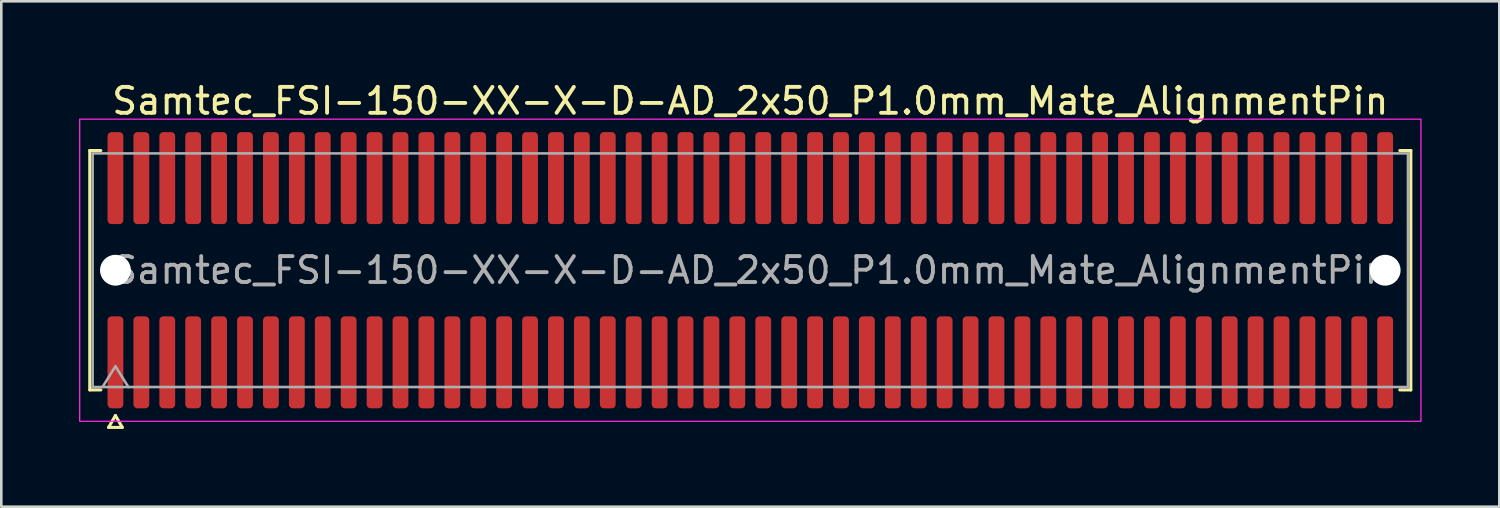
<source format=kicad_pcb>
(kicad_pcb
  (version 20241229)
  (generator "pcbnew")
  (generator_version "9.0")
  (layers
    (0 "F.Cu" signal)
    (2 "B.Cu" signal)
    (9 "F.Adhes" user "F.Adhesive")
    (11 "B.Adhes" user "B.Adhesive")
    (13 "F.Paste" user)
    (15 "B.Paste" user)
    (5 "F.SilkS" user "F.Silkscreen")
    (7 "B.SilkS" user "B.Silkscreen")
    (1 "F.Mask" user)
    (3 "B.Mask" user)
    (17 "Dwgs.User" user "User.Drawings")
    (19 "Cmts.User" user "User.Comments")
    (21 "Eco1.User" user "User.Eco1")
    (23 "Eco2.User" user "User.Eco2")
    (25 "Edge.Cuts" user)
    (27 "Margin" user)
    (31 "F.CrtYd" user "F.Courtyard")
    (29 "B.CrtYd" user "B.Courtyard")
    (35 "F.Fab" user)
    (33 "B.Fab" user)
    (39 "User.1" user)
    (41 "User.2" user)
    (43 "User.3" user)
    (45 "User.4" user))
  (footprint "Samtec_FSI-150-XX-X-D-AD_2x50_P1.0mm_Mate_AlignmentPin"
    (layer "F.Cu")
    (at 25.905 7.378)
    (property "Reference" "Samtec_FSI-150-XX-X-D-AD_2x50_P1.0mm_Mate_AlignmentPin" (at 0 -6.53 0) (layer "F.SilkS") (effects (font (size 1 1) (thickness 0.15))))
    (attr exclude_from_pos_files exclude_from_bom)
    (fp_line (start -25.49 -4.619) (end -25.065 -4.619) (stroke (width 0.12) (type solid)) (layer "F.SilkS"))
    (fp_line (start -25.49 4.619) (end -25.49 -4.619) (stroke (width 0.12) (type solid)) (layer "F.SilkS"))
    (fp_line (start -25.065 4.619) (end -25.49 4.619) (stroke (width 0.12) (type solid)) (layer "F.SilkS"))
    (fp_line (start -24.764 6.066) (end -24.5 5.609) (stroke (width 0.12) (type solid)) (layer "F.SilkS"))
    (fp_line (start -24.5 5.609) (end -24.236 6.066) (stroke (width 0.12) (type solid)) (layer "F.SilkS"))
    (fp_line (start -24.236 6.066) (end -24.764 6.066) (stroke (width 0.12) (type solid)) (layer "F.SilkS"))
    (fp_line (start 25.065 -4.619) (end 25.49 -4.619) (stroke (width 0.12) (type solid)) (layer "F.SilkS"))
    (fp_line (start 25.49 -4.619) (end 25.49 4.619) (stroke (width 0.12) (type solid)) (layer "F.SilkS"))
    (fp_line (start 25.49 4.619) (end 25.065 4.619) (stroke (width 0.12) (type solid)) (layer "F.SilkS"))
    (fp_rect (start -25.88 -5.83) (end 25.88 5.83) (stroke (width 0.05) (type solid)) (fill no) (layer "F.CrtYd"))
    (fp_line (start -25.38 -4.508) (end 25.38 -4.508) (stroke (width 0.1) (type solid)) (layer "F.Fab"))
    (fp_line (start -25.38 4.508) (end -25.38 -4.508) (stroke (width 0.1) (type solid)) (layer "F.Fab"))
    (fp_line (start -25 4.508) (end -24.5 3.708) (stroke (width 0.1) (type solid)) (layer "F.Fab"))
    (fp_line (start -24.5 3.708) (end -24 4.508) (stroke (width 0.1) (type solid)) (layer "F.Fab"))
    (fp_line (start 25.38 -4.508) (end 25.38 4.508) (stroke (width 0.1) (type solid)) (layer "F.Fab"))
    (fp_line (start 25.38 4.508) (end -25.38 4.508) (stroke (width 0.1) (type solid)) (layer "F.Fab"))
    (fp_text user "${REFERENCE}" (at 0 0 0) (layer "F.Fab") (effects (font (size 1 1) (thickness 0.15))))
    (pad "" np_thru_hole circle (at -24.5 0) (size 1.19 1.19) (drill 1.19) (layers "*.Cu" "*.Mask"))
    (pad "" np_thru_hole circle (at 24.5 0) (size 1.19 1.19) (drill 1.19) (layers "*.Cu" "*.Mask"))
    (pad "1" smd roundrect (at -24.5 3.555) (size 0.61 3.55) (layers "F.Cu" "F.Mask") (roundrect_rratio 0.25))
    (pad "2" smd roundrect (at -24.5 -3.555) (size 0.61 3.55) (layers "F.Cu" "F.Mask") (roundrect_rratio 0.25))
    (pad "3" smd roundrect (at -23.5 3.555) (size 0.61 3.55) (layers "F.Cu" "F.Mask") (roundrect_rratio 0.25))
    (pad "4" smd roundrect (at -23.5 -3.555) (size 0.61 3.55) (layers "F.Cu" "F.Mask") (roundrect_rratio 0.25))
    (pad "5" smd roundrect (at -22.5 3.555) (size 0.61 3.55) (layers "F.Cu" "F.Mask") (roundrect_rratio 0.25))
    (pad "6" smd roundrect (at -22.5 -3.555) (size 0.61 3.55) (layers "F.Cu" "F.Mask") (roundrect_rratio 0.25))
    (pad "7" smd roundrect (at -21.5 3.555) (size 0.61 3.55) (layers "F.Cu" "F.Mask") (roundrect_rratio 0.25))
    (pad "8" smd roundrect (at -21.5 -3.555) (size 0.61 3.55) (layers "F.Cu" "F.Mask") (roundrect_rratio 0.25))
    (pad "9" smd roundrect (at -20.5 3.555) (size 0.61 3.55) (layers "F.Cu" "F.Mask") (roundrect_rratio 0.25))
    (pad "10" smd roundrect (at -20.5 -3.555) (size 0.61 3.55) (layers "F.Cu" "F.Mask") (roundrect_rratio 0.25))
    (pad "11" smd roundrect (at -19.5 3.555) (size 0.61 3.55) (layers "F.Cu" "F.Mask") (roundrect_rratio 0.25))
    (pad "12" smd roundrect (at -19.5 -3.555) (size 0.61 3.55) (layers "F.Cu" "F.Mask") (roundrect_rratio 0.25))
    (pad "13" smd roundrect (at -18.5 3.555) (size 0.61 3.55) (layers "F.Cu" "F.Mask") (roundrect_rratio 0.25))
    (pad "14" smd roundrect (at -18.5 -3.555) (size 0.61 3.55) (layers "F.Cu" "F.Mask") (roundrect_rratio 0.25))
    (pad "15" smd roundrect (at -17.5 3.555) (size 0.61 3.55) (layers "F.Cu" "F.Mask") (roundrect_rratio 0.25))
    (pad "16" smd roundrect (at -17.5 -3.555) (size 0.61 3.55) (layers "F.Cu" "F.Mask") (roundrect_rratio 0.25))
    (pad "17" smd roundrect (at -16.5 3.555) (size 0.61 3.55) (layers "F.Cu" "F.Mask") (roundrect_rratio 0.25))
    (pad "18" smd roundrect (at -16.5 -3.555) (size 0.61 3.55) (layers "F.Cu" "F.Mask") (roundrect_rratio 0.25))
    (pad "19" smd roundrect (at -15.5 3.555) (size 0.61 3.55) (layers "F.Cu" "F.Mask") (roundrect_rratio 0.25))
    (pad "20" smd roundrect (at -15.5 -3.555) (size 0.61 3.55) (layers "F.Cu" "F.Mask") (roundrect_rratio 0.25))
    (pad "21" smd roundrect (at -14.5 3.555) (size 0.61 3.55) (layers "F.Cu" "F.Mask") (roundrect_rratio 0.25))
    (pad "22" smd roundrect (at -14.5 -3.555) (size 0.61 3.55) (layers "F.Cu" "F.Mask") (roundrect_rratio 0.25))
    (pad "23" smd roundrect (at -13.5 3.555) (size 0.61 3.55) (layers "F.Cu" "F.Mask") (roundrect_rratio 0.25))
    (pad "24" smd roundrect (at -13.5 -3.555) (size 0.61 3.55) (layers "F.Cu" "F.Mask") (roundrect_rratio 0.25))
    (pad "25" smd roundrect (at -12.5 3.555) (size 0.61 3.55) (layers "F.Cu" "F.Mask") (roundrect_rratio 0.25))
    (pad "26" smd roundrect (at -12.5 -3.555) (size 0.61 3.55) (layers "F.Cu" "F.Mask") (roundrect_rratio 0.25))
    (pad "27" smd roundrect (at -11.5 3.555) (size 0.61 3.55) (layers "F.Cu" "F.Mask") (roundrect_rratio 0.25))
    (pad "28" smd roundrect (at -11.5 -3.555) (size 0.61 3.55) (layers "F.Cu" "F.Mask") (roundrect_rratio 0.25))
    (pad "29" smd roundrect (at -10.5 3.555) (size 0.61 3.55) (layers "F.Cu" "F.Mask") (roundrect_rratio 0.25))
    (pad "30" smd roundrect (at -10.5 -3.555) (size 0.61 3.55) (layers "F.Cu" "F.Mask") (roundrect_rratio 0.25))
    (pad "31" smd roundrect (at -9.5 3.555) (size 0.61 3.55) (layers "F.Cu" "F.Mask") (roundrect_rratio 0.25))
    (pad "32" smd roundrect (at -9.5 -3.555) (size 0.61 3.55) (layers "F.Cu" "F.Mask") (roundrect_rratio 0.25))
    (pad "33" smd roundrect (at -8.5 3.555) (size 0.61 3.55) (layers "F.Cu" "F.Mask") (roundrect_rratio 0.25))
    (pad "34" smd roundrect (at -8.5 -3.555) (size 0.61 3.55) (layers "F.Cu" "F.Mask") (roundrect_rratio 0.25))
    (pad "35" smd roundrect (at -7.5 3.555) (size 0.61 3.55) (layers "F.Cu" "F.Mask") (roundrect_rratio 0.25))
    (pad "36" smd roundrect (at -7.5 -3.555) (size 0.61 3.55) (layers "F.Cu" "F.Mask") (roundrect_rratio 0.25))
    (pad "37" smd roundrect (at -6.5 3.555) (size 0.61 3.55) (layers "F.Cu" "F.Mask") (roundrect_rratio 0.25))
    (pad "38" smd roundrect (at -6.5 -3.555) (size 0.61 3.55) (layers "F.Cu" "F.Mask") (roundrect_rratio 0.25))
    (pad "39" smd roundrect (at -5.5 3.555) (size 0.61 3.55) (layers "F.Cu" "F.Mask") (roundrect_rratio 0.25))
    (pad "40" smd roundrect (at -5.5 -3.555) (size 0.61 3.55) (layers "F.Cu" "F.Mask") (roundrect_rratio 0.25))
    (pad "41" smd roundrect (at -4.5 3.555) (size 0.61 3.55) (layers "F.Cu" "F.Mask") (roundrect_rratio 0.25))
    (pad "42" smd roundrect (at -4.5 -3.555) (size 0.61 3.55) (layers "F.Cu" "F.Mask") (roundrect_rratio 0.25))
    (pad "43" smd roundrect (at -3.5 3.555) (size 0.61 3.55) (layers "F.Cu" "F.Mask") (roundrect_rratio 0.25))
    (pad "44" smd roundrect (at -3.5 -3.555) (size 0.61 3.55) (layers "F.Cu" "F.Mask") (roundrect_rratio 0.25))
    (pad "45" smd roundrect (at -2.5 3.555) (size 0.61 3.55) (layers "F.Cu" "F.Mask") (roundrect_rratio 0.25))
    (pad "46" smd roundrect (at -2.5 -3.555) (size 0.61 3.55) (layers "F.Cu" "F.Mask") (roundrect_rratio 0.25))
    (pad "47" smd roundrect (at -1.5 3.555) (size 0.61 3.55) (layers "F.Cu" "F.Mask") (roundrect_rratio 0.25))
    (pad "48" smd roundrect (at -1.5 -3.555) (size 0.61 3.55) (layers "F.Cu" "F.Mask") (roundrect_rratio 0.25))
    (pad "49" smd roundrect (at -0.5 3.555) (size 0.61 3.55) (layers "F.Cu" "F.Mask") (roundrect_rratio 0.25))
    (pad "50" smd roundrect (at -0.5 -3.555) (size 0.61 3.55) (layers "F.Cu" "F.Mask") (roundrect_rratio 0.25))
    (pad "51" smd roundrect (at 0.5 3.555) (size 0.61 3.55) (layers "F.Cu" "F.Mask") (roundrect_rratio 0.25))
    (pad "52" smd roundrect (at 0.5 -3.555) (size 0.61 3.55) (layers "F.Cu" "F.Mask") (roundrect_rratio 0.25))
    (pad "53" smd roundrect (at 1.5 3.555) (size 0.61 3.55) (layers "F.Cu" "F.Mask") (roundrect_rratio 0.25))
    (pad "54" smd roundrect (at 1.5 -3.555) (size 0.61 3.55) (layers "F.Cu" "F.Mask") (roundrect_rratio 0.25))
    (pad "55" smd roundrect (at 2.5 3.555) (size 0.61 3.55) (layers "F.Cu" "F.Mask") (roundrect_rratio 0.25))
    (pad "56" smd roundrect (at 2.5 -3.555) (size 0.61 3.55) (layers "F.Cu" "F.Mask") (roundrect_rratio 0.25))
    (pad "57" smd roundrect (at 3.5 3.555) (size 0.61 3.55) (layers "F.Cu" "F.Mask") (roundrect_rratio 0.25))
    (pad "58" smd roundrect (at 3.5 -3.555) (size 0.61 3.55) (layers "F.Cu" "F.Mask") (roundrect_rratio 0.25))
    (pad "59" smd roundrect (at 4.5 3.555) (size 0.61 3.55) (layers "F.Cu" "F.Mask") (roundrect_rratio 0.25))
    (pad "60" smd roundrect (at 4.5 -3.555) (size 0.61 3.55) (layers "F.Cu" "F.Mask") (roundrect_rratio 0.25))
    (pad "61" smd roundrect (at 5.5 3.555) (size 0.61 3.55) (layers "F.Cu" "F.Mask") (roundrect_rratio 0.25))
    (pad "62" smd roundrect (at 5.5 -3.555) (size 0.61 3.55) (layers "F.Cu" "F.Mask") (roundrect_rratio 0.25))
    (pad "63" smd roundrect (at 6.5 3.555) (size 0.61 3.55) (layers "F.Cu" "F.Mask") (roundrect_rratio 0.25))
    (pad "64" smd roundrect (at 6.5 -3.555) (size 0.61 3.55) (layers "F.Cu" "F.Mask") (roundrect_rratio 0.25))
    (pad "65" smd roundrect (at 7.5 3.555) (size 0.61 3.55) (layers "F.Cu" "F.Mask") (roundrect_rratio 0.25))
    (pad "66" smd roundrect (at 7.5 -3.555) (size 0.61 3.55) (layers "F.Cu" "F.Mask") (roundrect_rratio 0.25))
    (pad "67" smd roundrect (at 8.5 3.555) (size 0.61 3.55) (layers "F.Cu" "F.Mask") (roundrect_rratio 0.25))
    (pad "68" smd roundrect (at 8.5 -3.555) (size 0.61 3.55) (layers "F.Cu" "F.Mask") (roundrect_rratio 0.25))
    (pad "69" smd roundrect (at 9.5 3.555) (size 0.61 3.55) (layers "F.Cu" "F.Mask") (roundrect_rratio 0.25))
    (pad "70" smd roundrect (at 9.5 -3.555) (size 0.61 3.55) (layers "F.Cu" "F.Mask") (roundrect_rratio 0.25))
    (pad "71" smd roundrect (at 10.5 3.555) (size 0.61 3.55) (layers "F.Cu" "F.Mask") (roundrect_rratio 0.25))
    (pad "72" smd roundrect (at 10.5 -3.555) (size 0.61 3.55) (layers "F.Cu" "F.Mask") (roundrect_rratio 0.25))
    (pad "73" smd roundrect (at 11.5 3.555) (size 0.61 3.55) (layers "F.Cu" "F.Mask") (roundrect_rratio 0.25))
    (pad "74" smd roundrect (at 11.5 -3.555) (size 0.61 3.55) (layers "F.Cu" "F.Mask") (roundrect_rratio 0.25))
    (pad "75" smd roundrect (at 12.5 3.555) (size 0.61 3.55) (layers "F.Cu" "F.Mask") (roundrect_rratio 0.25))
    (pad "76" smd roundrect (at 12.5 -3.555) (size 0.61 3.55) (layers "F.Cu" "F.Mask") (roundrect_rratio 0.25))
    (pad "77" smd roundrect (at 13.5 3.555) (size 0.61 3.55) (layers "F.Cu" "F.Mask") (roundrect_rratio 0.25))
    (pad "78" smd roundrect (at 13.5 -3.555) (size 0.61 3.55) (layers "F.Cu" "F.Mask") (roundrect_rratio 0.25))
    (pad "79" smd roundrect (at 14.5 3.555) (size 0.61 3.55) (layers "F.Cu" "F.Mask") (roundrect_rratio 0.25))
    (pad "80" smd roundrect (at 14.5 -3.555) (size 0.61 3.55) (layers "F.Cu" "F.Mask") (roundrect_rratio 0.25))
    (pad "81" smd roundrect (at 15.5 3.555) (size 0.61 3.55) (layers "F.Cu" "F.Mask") (roundrect_rratio 0.25))
    (pad "82" smd roundrect (at 15.5 -3.555) (size 0.61 3.55) (layers "F.Cu" "F.Mask") (roundrect_rratio 0.25))
    (pad "83" smd roundrect (at 16.5 3.555) (size 0.61 3.55) (layers "F.Cu" "F.Mask") (roundrect_rratio 0.25))
    (pad "84" smd roundrect (at 16.5 -3.555) (size 0.61 3.55) (layers "F.Cu" "F.Mask") (roundrect_rratio 0.25))
    (pad "85" smd roundrect (at 17.5 3.555) (size 0.61 3.55) (layers "F.Cu" "F.Mask") (roundrect_rratio 0.25))
    (pad "86" smd roundrect (at 17.5 -3.555) (size 0.61 3.55) (layers "F.Cu" "F.Mask") (roundrect_rratio 0.25))
    (pad "87" smd roundrect (at 18.5 3.555) (size 0.61 3.55) (layers "F.Cu" "F.Mask") (roundrect_rratio 0.25))
    (pad "88" smd roundrect (at 18.5 -3.555) (size 0.61 3.55) (layers "F.Cu" "F.Mask") (roundrect_rratio 0.25))
    (pad "89" smd roundrect (at 19.5 3.555) (size 0.61 3.55) (layers "F.Cu" "F.Mask") (roundrect_rratio 0.25))
    (pad "90" smd roundrect (at 19.5 -3.555) (size 0.61 3.55) (layers "F.Cu" "F.Mask") (roundrect_rratio 0.25))
    (pad "91" smd roundrect (at 20.5 3.555) (size 0.61 3.55) (layers "F.Cu" "F.Mask") (roundrect_rratio 0.25))
    (pad "92" smd roundrect (at 20.5 -3.555) (size 0.61 3.55) (layers "F.Cu" "F.Mask") (roundrect_rratio 0.25))
    (pad "93" smd roundrect (at 21.5 3.555) (size 0.61 3.55) (layers "F.Cu" "F.Mask") (roundrect_rratio 0.25))
    (pad "94" smd roundrect (at 21.5 -3.555) (size 0.61 3.55) (layers "F.Cu" "F.Mask") (roundrect_rratio 0.25))
    (pad "95" smd roundrect (at 22.5 3.555) (size 0.61 3.55) (layers "F.Cu" "F.Mask") (roundrect_rratio 0.25))
    (pad "96" smd roundrect (at 22.5 -3.555) (size 0.61 3.55) (layers "F.Cu" "F.Mask") (roundrect_rratio 0.25))
    (pad "97" smd roundrect (at 23.5 3.555) (size 0.61 3.55) (layers "F.Cu" "F.Mask") (roundrect_rratio 0.25))
    (pad "98" smd roundrect (at 23.5 -3.555) (size 0.61 3.55) (layers "F.Cu" "F.Mask") (roundrect_rratio 0.25))
    (pad "99" smd roundrect (at 24.5 3.555) (size 0.61 3.55) (layers "F.Cu" "F.Mask") (roundrect_rratio 0.25))
    (pad "100" smd roundrect (at 24.5 -3.555) (size 0.61 3.55) (layers "F.Cu" "F.Mask") (roundrect_rratio 0.25)))
  (gr_rect
    (start -3 -3)
    (end 54.81 16.504)
    (stroke (width 0.1) (type default))
    (fill no)
    (layer "Edge.Cuts")))
</source>
